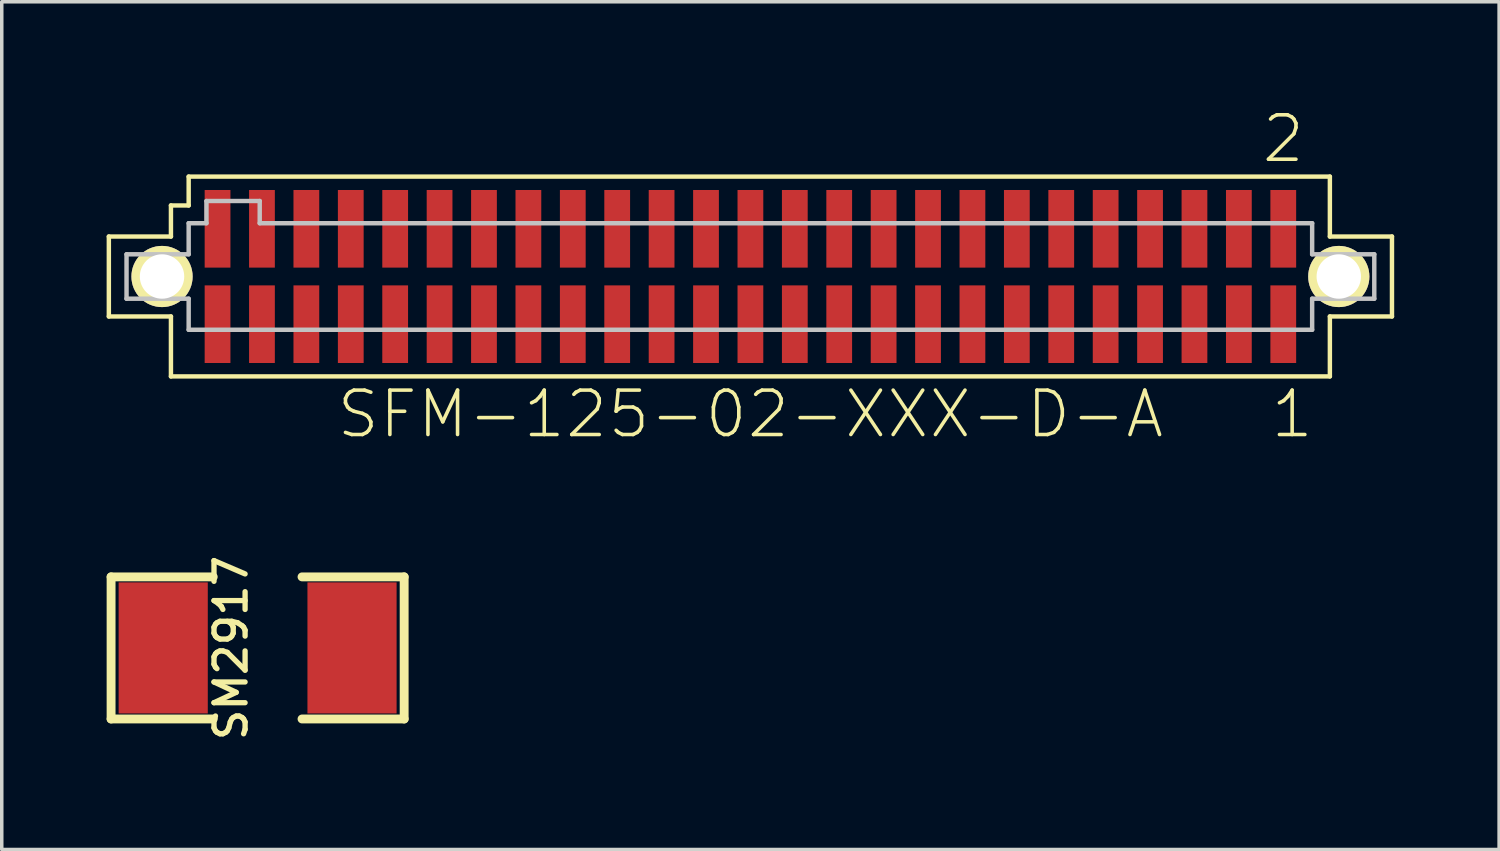
<source format=kicad_pcb>
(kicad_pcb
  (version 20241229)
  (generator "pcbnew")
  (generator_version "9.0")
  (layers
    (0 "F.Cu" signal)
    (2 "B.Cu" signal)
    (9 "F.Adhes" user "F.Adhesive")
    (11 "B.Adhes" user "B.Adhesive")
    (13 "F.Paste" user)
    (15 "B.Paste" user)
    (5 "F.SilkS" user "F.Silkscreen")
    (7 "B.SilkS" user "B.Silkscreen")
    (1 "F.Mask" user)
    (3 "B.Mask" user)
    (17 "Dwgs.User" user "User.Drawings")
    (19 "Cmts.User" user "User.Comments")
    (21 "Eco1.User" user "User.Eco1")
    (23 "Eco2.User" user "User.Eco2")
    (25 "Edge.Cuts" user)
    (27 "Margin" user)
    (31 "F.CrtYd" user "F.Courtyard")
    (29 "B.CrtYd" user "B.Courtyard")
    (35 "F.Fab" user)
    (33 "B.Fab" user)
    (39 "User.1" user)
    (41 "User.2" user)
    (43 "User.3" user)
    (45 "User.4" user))
  (footprint "SFM-125-02-XXX-D-A"
    (layer "F.Cu")
    (at 18.412 4.858)
    (property "Reference" "SFM-125-02-XXX-D-A" (at 0 3.937 0) (layer "F.SilkS") (effects (font (size 1.27 1.27) (thickness 0.102))))
    (attr smd)
    (fp_line (start -18.349 -1.143) (end -16.573 -1.143) (stroke (width 0.127) (type solid)) (layer "F.SilkS"))
    (fp_line (start -18.349 1.143) (end -18.349 -1.143) (stroke (width 0.127) (type solid)) (layer "F.SilkS"))
    (fp_line (start -17.539 0) (end -16.116 0) (stroke (width 0.127) (type solid)) (layer "F.SilkS"))
    (fp_line (start -16.828 0.711) (end -16.828 -0.711) (stroke (width 0.127) (type solid)) (layer "F.SilkS"))
    (fp_line (start -16.573 -2.032) (end -16.066 -2.032) (stroke (width 0.127) (type solid)) (layer "F.SilkS"))
    (fp_line (start -16.573 -1.143) (end -16.573 -2.032) (stroke (width 0.127) (type solid)) (layer "F.SilkS"))
    (fp_line (start -16.573 1.143) (end -18.349 1.143) (stroke (width 0.127) (type solid)) (layer "F.SilkS"))
    (fp_line (start -16.573 2.857) (end -16.573 1.143) (stroke (width 0.127) (type solid)) (layer "F.SilkS"))
    (fp_line (start -16.066 -2.857) (end 16.573 -2.857) (stroke (width 0.127) (type solid)) (layer "F.SilkS"))
    (fp_line (start -16.066 -2.032) (end -16.066 -2.857) (stroke (width 0.127) (type solid)) (layer "F.SilkS"))
    (fp_line (start 16.116 0) (end 17.539 0) (stroke (width 0.127) (type solid)) (layer "F.SilkS"))
    (fp_line (start 16.573 -2.857) (end 16.573 -1.143) (stroke (width 0.127) (type solid)) (layer "F.SilkS"))
    (fp_line (start 16.573 -1.143) (end 18.349 -1.143) (stroke (width 0.127) (type solid)) (layer "F.SilkS"))
    (fp_line (start 16.573 1.143) (end 16.573 2.857) (stroke (width 0.127) (type solid)) (layer "F.SilkS"))
    (fp_line (start 16.573 2.857) (end -16.573 2.857) (stroke (width 0.127) (type solid)) (layer "F.SilkS"))
    (fp_line (start 16.828 0.711) (end 16.828 -0.711) (stroke (width 0.127) (type solid)) (layer "F.SilkS"))
    (fp_line (start 18.349 -1.143) (end 18.349 1.143) (stroke (width 0.127) (type solid)) (layer "F.SilkS"))
    (fp_line (start 18.349 1.143) (end 16.573 1.143) (stroke (width 0.127) (type solid)) (layer "F.SilkS"))
    (fp_circle (center -16.828 0) (end -17.183 0.356) (stroke (width 0.127) (type solid)) (fill no) (layer "F.SilkS"))
    (fp_circle (center 16.828 0) (end 17.183 0.356) (stroke (width 0.127) (type solid)) (fill no) (layer "F.SilkS"))
    (fp_line (start -17.843 -0.635) (end -16.066 -0.635) (stroke (width 0.127) (type solid)) (layer "Dwgs.User"))
    (fp_line (start -17.843 0.635) (end -17.843 -0.635) (stroke (width 0.127) (type solid)) (layer "Dwgs.User"))
    (fp_line (start -16.066 -1.524) (end -15.557 -1.524) (stroke (width 0.127) (type solid)) (layer "Dwgs.User"))
    (fp_line (start -16.066 -0.635) (end -16.066 -1.524) (stroke (width 0.127) (type solid)) (layer "Dwgs.User"))
    (fp_line (start -16.066 0.635) (end -17.843 0.635) (stroke (width 0.127) (type solid)) (layer "Dwgs.User"))
    (fp_line (start -16.066 1.524) (end -16.066 0.635) (stroke (width 0.127) (type solid)) (layer "Dwgs.User"))
    (fp_line (start -15.557 -2.159) (end -14.034 -2.159) (stroke (width 0.127) (type solid)) (layer "Dwgs.User"))
    (fp_line (start -15.557 -1.524) (end -15.557 -2.159) (stroke (width 0.127) (type solid)) (layer "Dwgs.User"))
    (fp_line (start -14.034 -2.159) (end -14.034 -1.524) (stroke (width 0.127) (type solid)) (layer "Dwgs.User"))
    (fp_line (start -14.034 -1.524) (end 16.066 -1.524) (stroke (width 0.127) (type solid)) (layer "Dwgs.User"))
    (fp_line (start 16.066 -1.524) (end 16.066 -0.635) (stroke (width 0.127) (type solid)) (layer "Dwgs.User"))
    (fp_line (start 16.066 -0.635) (end 17.843 -0.635) (stroke (width 0.127) (type solid)) (layer "Dwgs.User"))
    (fp_line (start 16.066 0.635) (end 16.066 1.524) (stroke (width 0.127) (type solid)) (layer "Dwgs.User"))
    (fp_line (start 16.066 1.524) (end -16.066 1.524) (stroke (width 0.127) (type solid)) (layer "Dwgs.User"))
    (fp_line (start 17.843 -0.635) (end 17.843 0.635) (stroke (width 0.127) (type solid)) (layer "Dwgs.User"))
    (fp_line (start 17.843 0.635) (end 16.066 0.635) (stroke (width 0.127) (type solid)) (layer "Dwgs.User"))
    (fp_text user "2" (at 15.24 -3.937 0) (layer "F.SilkS") (effects (font (size 1.27 1.27) (thickness 0.102))))
    (fp_text user "1" (at 15.494 3.937 0) (layer "F.SilkS") (effects (font (size 1.27 1.27) (thickness 0.102))))
    (pad "1" smd rect (at 15.24 1.364) (size 0.737 2.22) (layers "F.Cu" "F.Mask" "F.Paste"))
    (pad "2" smd rect (at 15.24 -1.364) (size 0.737 2.22) (layers "F.Cu" "F.Mask" "F.Paste"))
    (pad "3" smd rect (at 13.97 1.364) (size 0.737 2.22) (layers "F.Cu" "F.Mask" "F.Paste"))
    (pad "4" smd rect (at 13.97 -1.364) (size 0.737 2.22) (layers "F.Cu" "F.Mask" "F.Paste"))
    (pad "5" thru_hole circle (at -16.828 0) (size 1.75 1.75) (drill 1.27) (layers "*.Cu" "*.Mask" "F.SilkS"))
    (pad "5" smd rect (at 12.7 1.364) (size 0.737 2.22) (layers "F.Cu" "F.Mask" "F.Paste"))
    (pad "6" smd rect (at 12.7 -1.364) (size 0.737 2.22) (layers "F.Cu" "F.Mask" "F.Paste"))
    (pad "6" thru_hole circle (at 16.828 0) (size 1.75 1.75) (drill 1.27) (layers "*.Cu" "*.Mask" "F.SilkS"))
    (pad "7" smd rect (at 11.43 1.364) (size 0.737 2.22) (layers "F.Cu" "F.Mask" "F.Paste"))
    (pad "8" smd rect (at 11.43 -1.364) (size 0.737 2.22) (layers "F.Cu" "F.Mask" "F.Paste"))
    (pad "9" smd rect (at 10.16 1.364) (size 0.737 2.22) (layers "F.Cu" "F.Mask" "F.Paste"))
    (pad "10" smd rect (at 10.16 -1.364) (size 0.737 2.22) (layers "F.Cu" "F.Mask" "F.Paste"))
    (pad "11" smd rect (at 8.89 1.364) (size 0.737 2.22) (layers "F.Cu" "F.Mask" "F.Paste"))
    (pad "12" smd rect (at 8.89 -1.364) (size 0.737 2.22) (layers "F.Cu" "F.Mask" "F.Paste"))
    (pad "13" smd rect (at 7.62 1.364) (size 0.737 2.22) (layers "F.Cu" "F.Mask" "F.Paste"))
    (pad "14" smd rect (at 7.62 -1.364) (size 0.737 2.22) (layers "F.Cu" "F.Mask" "F.Paste"))
    (pad "15" smd rect (at 6.35 1.364) (size 0.737 2.22) (layers "F.Cu" "F.Mask" "F.Paste"))
    (pad "16" smd rect (at 6.35 -1.364) (size 0.737 2.22) (layers "F.Cu" "F.Mask" "F.Paste"))
    (pad "17" smd rect (at 5.08 1.364) (size 0.737 2.22) (layers "F.Cu" "F.Mask" "F.Paste"))
    (pad "18" smd rect (at 5.08 -1.364) (size 0.737 2.22) (layers "F.Cu" "F.Mask" "F.Paste"))
    (pad "19" smd rect (at 3.81 1.364) (size 0.737 2.22) (layers "F.Cu" "F.Mask" "F.Paste"))
    (pad "20" smd rect (at 3.81 -1.364) (size 0.737 2.22) (layers "F.Cu" "F.Mask" "F.Paste"))
    (pad "21" smd rect (at 2.54 1.364) (size 0.737 2.22) (layers "F.Cu" "F.Mask" "F.Paste"))
    (pad "22" smd rect (at 2.54 -1.364) (size 0.737 2.22) (layers "F.Cu" "F.Mask" "F.Paste"))
    (pad "23" smd rect (at 1.27 1.364) (size 0.737 2.22) (layers "F.Cu" "F.Mask" "F.Paste"))
    (pad "24" smd rect (at 1.27 -1.364) (size 0.737 2.22) (layers "F.Cu" "F.Mask" "F.Paste"))
    (pad "25" smd rect (at 0 1.364) (size 0.737 2.22) (layers "F.Cu" "F.Mask" "F.Paste"))
    (pad "26" smd rect (at 0 -1.364) (size 0.737 2.22) (layers "F.Cu" "F.Mask" "F.Paste"))
    (pad "27" smd rect (at -1.27 1.364) (size 0.737 2.22) (layers "F.Cu" "F.Mask" "F.Paste"))
    (pad "28" smd rect (at -1.27 -1.364) (size 0.737 2.22) (layers "F.Cu" "F.Mask" "F.Paste"))
    (pad "29" smd rect (at -2.54 1.364) (size 0.737 2.22) (layers "F.Cu" "F.Mask" "F.Paste"))
    (pad "30" smd rect (at -2.54 -1.364) (size 0.737 2.22) (layers "F.Cu" "F.Mask" "F.Paste"))
    (pad "31" smd rect (at -3.81 1.364) (size 0.737 2.22) (layers "F.Cu" "F.Mask" "F.Paste"))
    (pad "32" smd rect (at -3.81 -1.364) (size 0.737 2.22) (layers "F.Cu" "F.Mask" "F.Paste"))
    (pad "33" smd rect (at -5.08 1.364) (size 0.737 2.22) (layers "F.Cu" "F.Mask" "F.Paste"))
    (pad "34" smd rect (at -5.08 -1.364) (size 0.737 2.22) (layers "F.Cu" "F.Mask" "F.Paste"))
    (pad "35" smd rect (at -6.35 1.364) (size 0.737 2.22) (layers "F.Cu" "F.Mask" "F.Paste"))
    (pad "36" smd rect (at -6.35 -1.364) (size 0.737 2.22) (layers "F.Cu" "F.Mask" "F.Paste"))
    (pad "37" smd rect (at -7.62 1.364) (size 0.737 2.22) (layers "F.Cu" "F.Mask" "F.Paste"))
    (pad "38" smd rect (at -7.62 -1.364) (size 0.737 2.22) (layers "F.Cu" "F.Mask" "F.Paste"))
    (pad "39" smd rect (at -8.89 1.364) (size 0.737 2.22) (layers "F.Cu" "F.Mask" "F.Paste"))
    (pad "40" smd rect (at -8.89 -1.364) (size 0.737 2.22) (layers "F.Cu" "F.Mask" "F.Paste"))
    (pad "41" smd rect (at -10.16 1.364) (size 0.737 2.22) (layers "F.Cu" "F.Mask" "F.Paste"))
    (pad "42" smd rect (at -10.16 -1.364) (size 0.737 2.22) (layers "F.Cu" "F.Mask" "F.Paste"))
    (pad "43" smd rect (at -11.43 1.364) (size 0.737 2.22) (layers "F.Cu" "F.Mask" "F.Paste"))
    (pad "44" smd rect (at -11.43 -1.364) (size 0.737 2.22) (layers "F.Cu" "F.Mask" "F.Paste"))
    (pad "45" smd rect (at -12.7 1.364) (size 0.737 2.22) (layers "F.Cu" "F.Mask" "F.Paste"))
    (pad "46" smd rect (at -12.7 -1.364) (size 0.737 2.22) (layers "F.Cu" "F.Mask" "F.Paste"))
    (pad "47" smd rect (at -13.97 1.364) (size 0.737 2.22) (layers "F.Cu" "F.Mask" "F.Paste"))
    (pad "48" smd rect (at -13.97 -1.364) (size 0.737 2.22) (layers "F.Cu" "F.Mask" "F.Paste"))
    (pad "49" smd rect (at -15.24 1.364) (size 0.737 2.22) (layers "F.Cu" "F.Mask" "F.Paste"))
    (pad "50" smd rect (at -15.24 -1.364) (size 0.737 2.22) (layers "F.Cu" "F.Mask" "F.Paste")))
  (footprint "SM2917"
    (layer "F.Cu")
    (at 4.318 15.481)
    (property "Reference" "SM2917" (at -0.762 0 90) (layer "F.SilkS") (effects (font (size 0.889 0.889) (thickness 0.152))))
    (attr through_hole)
    (fp_line (start -4.191 -2.032) (end -4.191 2.032) (stroke (width 0.254) (type solid)) (layer "F.SilkS"))
    (fp_line (start -4.191 2.032) (end -1.27 2.032) (stroke (width 0.254) (type solid)) (layer "F.SilkS"))
    (fp_line (start -1.27 -2.032) (end -4.191 -2.032) (stroke (width 0.254) (type solid)) (layer "F.SilkS"))
    (fp_line (start 1.27 -2.032) (end 4.191 -2.032) (stroke (width 0.254) (type solid)) (layer "F.SilkS"))
    (fp_line (start 4.191 -2.032) (end 4.191 2.032) (stroke (width 0.254) (type solid)) (layer "F.SilkS"))
    (fp_line (start 4.191 2.032) (end 1.27 2.032) (stroke (width 0.254) (type solid)) (layer "F.SilkS"))
    (pad "1" smd rect (at -2.7 0) (size 2.55 3.749) (layers "F.Cu" "F.Mask" "F.Paste"))
    (pad "2" smd rect (at 2.7 0) (size 2.55 3.749) (layers "F.Cu" "F.Mask" "F.Paste")))
  (gr_rect
    (start -3 -3)
    (end 39.825 21.245)
    (stroke (width 0.1) (type default))
    (fill no)
    (layer "Edge.Cuts")))
</source>
